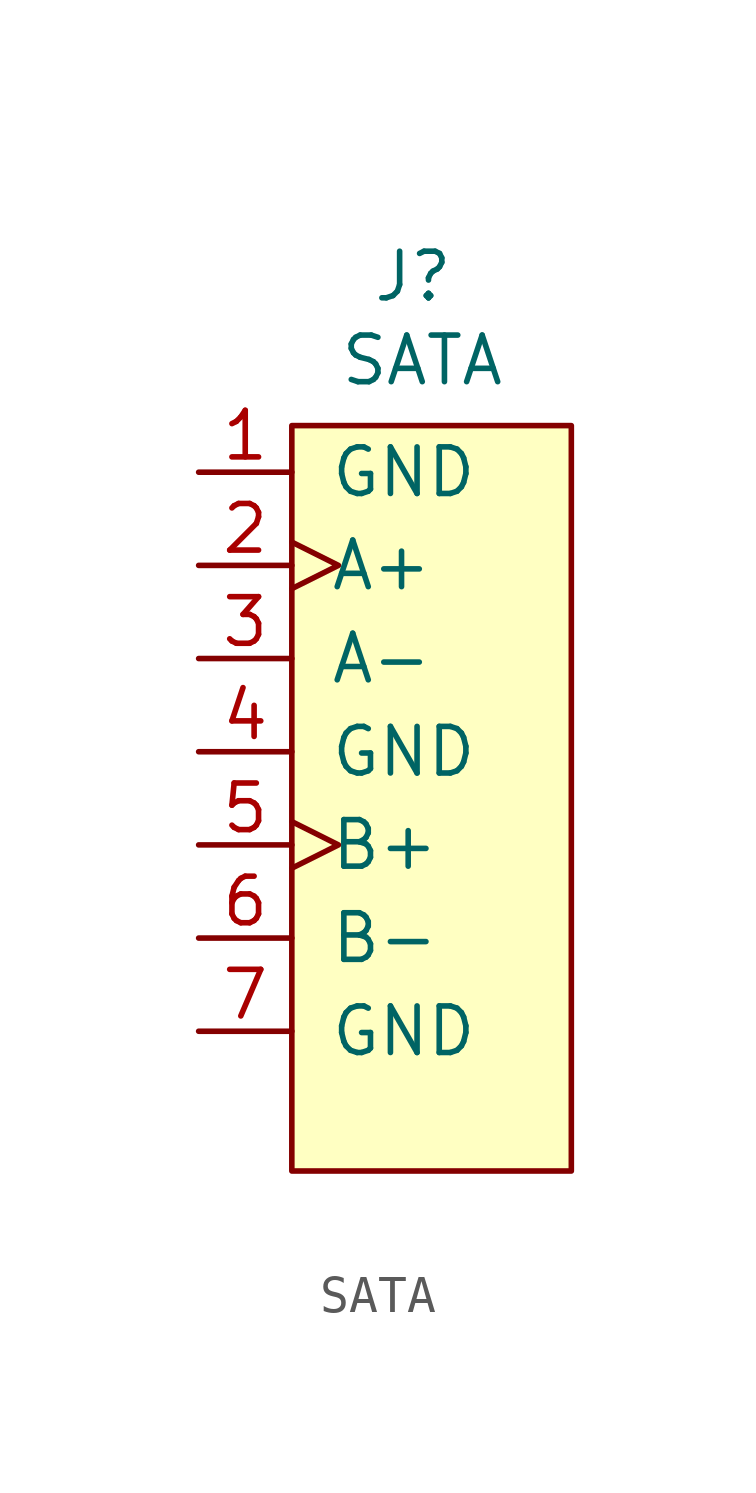
<source format=kicad_sym>
(kicad_symbol_lib
  (version 20231120)
  (generator "kicad_symbol_editor")
  (generator_version "8.0")
  (symbol "SATA"
    (pin_names
      (offset 1.016))
    (property "Reference" "J"
      (at 3.302 9.144 0)
      (effects (font (size 1.27 1.27))))
    (property "Value" "SATA"
      (at 3.556 6.858 0)
      (effects (font (size 1.27 1.27))))
    (symbol "SATA_0_1"
      (rectangle (start 0 5.08) (end 7.62 -15.24) (stroke (width 0) (type default)) (fill (type background))))
    (symbol "SATA_1_1"
      (pin power_in line (at -2.54 3.81 0) (length 2.54) (name "GND" (effects (font (size 1.27 1.27)))) (number "1" (effects (font (size 1.27 1.27)))))
      (pin input clock (at -2.54 1.27 0) (length 2.54) (name "A+" (effects (font (size 1.27 1.27)))) (number "2" (effects (font (size 1.27 1.27)))))
      (pin input line (at -2.54 -1.27 0) (length 2.54) (name "A-" (effects (font (size 1.27 1.27)))) (number "3" (effects (font (size 1.27 1.27)))))
      (pin power_in line (at -2.54 -3.81 0) (length 2.54) (name "GND" (effects (font (size 1.27 1.27)))) (number "4" (effects (font (size 1.27 1.27)))))
      (pin input clock (at -2.54 -6.35 0) (length 2.54) (name "B+" (effects (font (size 1.27 1.27)))) (number "5" (effects (font (size 1.27 1.27)))))
      (pin input line (at -2.54 -8.89 0) (length 2.54) (name "B-" (effects (font (size 1.27 1.27)))) (number "6" (effects (font (size 1.27 1.27)))))
      (pin power_in line (at -2.54 -11.43 0) (length 2.54) (name "GND" (effects (font (size 1.27 1.27)))) (number "7" (effects (font (size 1.27 1.27))))))))
</source>
